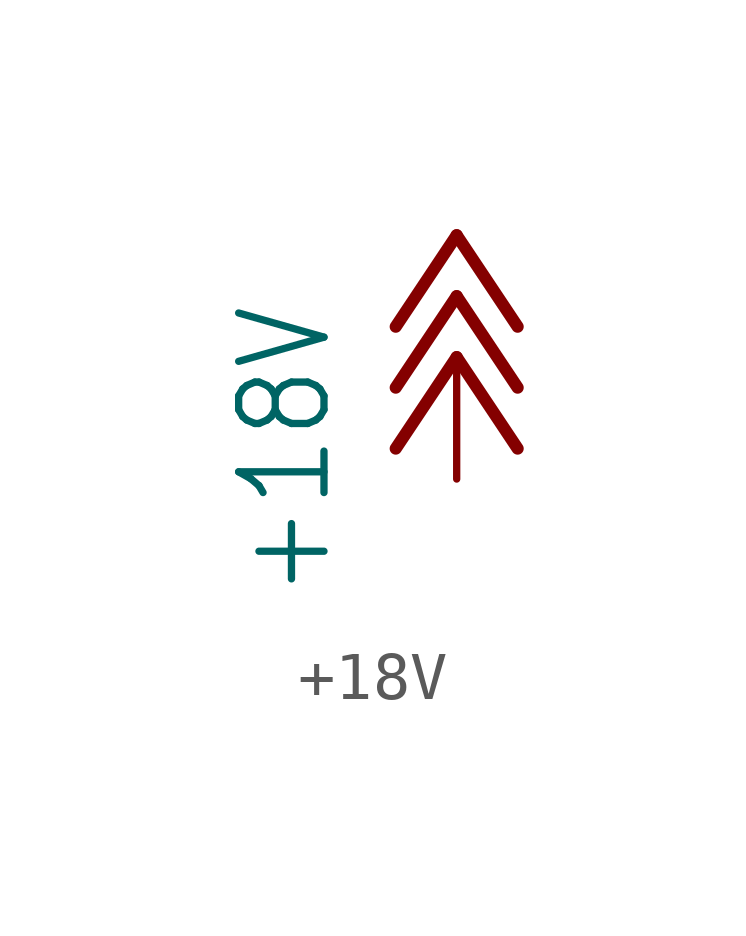
<source format=kicad_sym>
(kicad_symbol_lib
  (version 20211014)
  (generator kicad_symbol_editor)
  (symbol "+18V"
    (power)
    (property "Reference" "#P+"
      (at 0 0 0)
      (effects (font (size 1.27 1.27)) hide))
    (property "Value" "+18V"
      (at -2.54 -5.08 90)
      (effects (font (size 1.778 1.511)) (justify left bottom)))
    (property "ki_locked" ""
      (at 0 0 0)
      (effects (font (size 1.27 1.27))))
    (symbol "+18V_1_0"
      (polyline (pts (xy 0 0) (xy -1.27 -1.905)) (stroke (width 0.254) (type default) (color 0 0 0 0)) (fill (type none)))
      (polyline (pts (xy 0 1.27) (xy -1.27 -0.635)) (stroke (width 0.254) (type default) (color 0 0 0 0)) (fill (type none)))
      (polyline (pts (xy 0 2.54) (xy -1.27 0.635)) (stroke (width 0.254) (type default) (color 0 0 0 0)) (fill (type none)))
      (polyline (pts (xy 1.27 -1.905) (xy 0 0)) (stroke (width 0.254) (type default) (color 0 0 0 0)) (fill (type none)))
      (polyline (pts (xy 1.27 -0.635) (xy 0 1.27)) (stroke (width 0.254) (type default) (color 0 0 0 0)) (fill (type none)))
      (polyline (pts (xy 1.27 0.635) (xy 0 2.54)) (stroke (width 0.254) (type default) (color 0 0 0 0)) (fill (type none)))
      (pin power_in line (at 0 -2.54 90) (length 2.54) (name "+18V" (effects (font (size 0 0)))) (number "1" (effects (font (size 0 0))))))))
</source>
